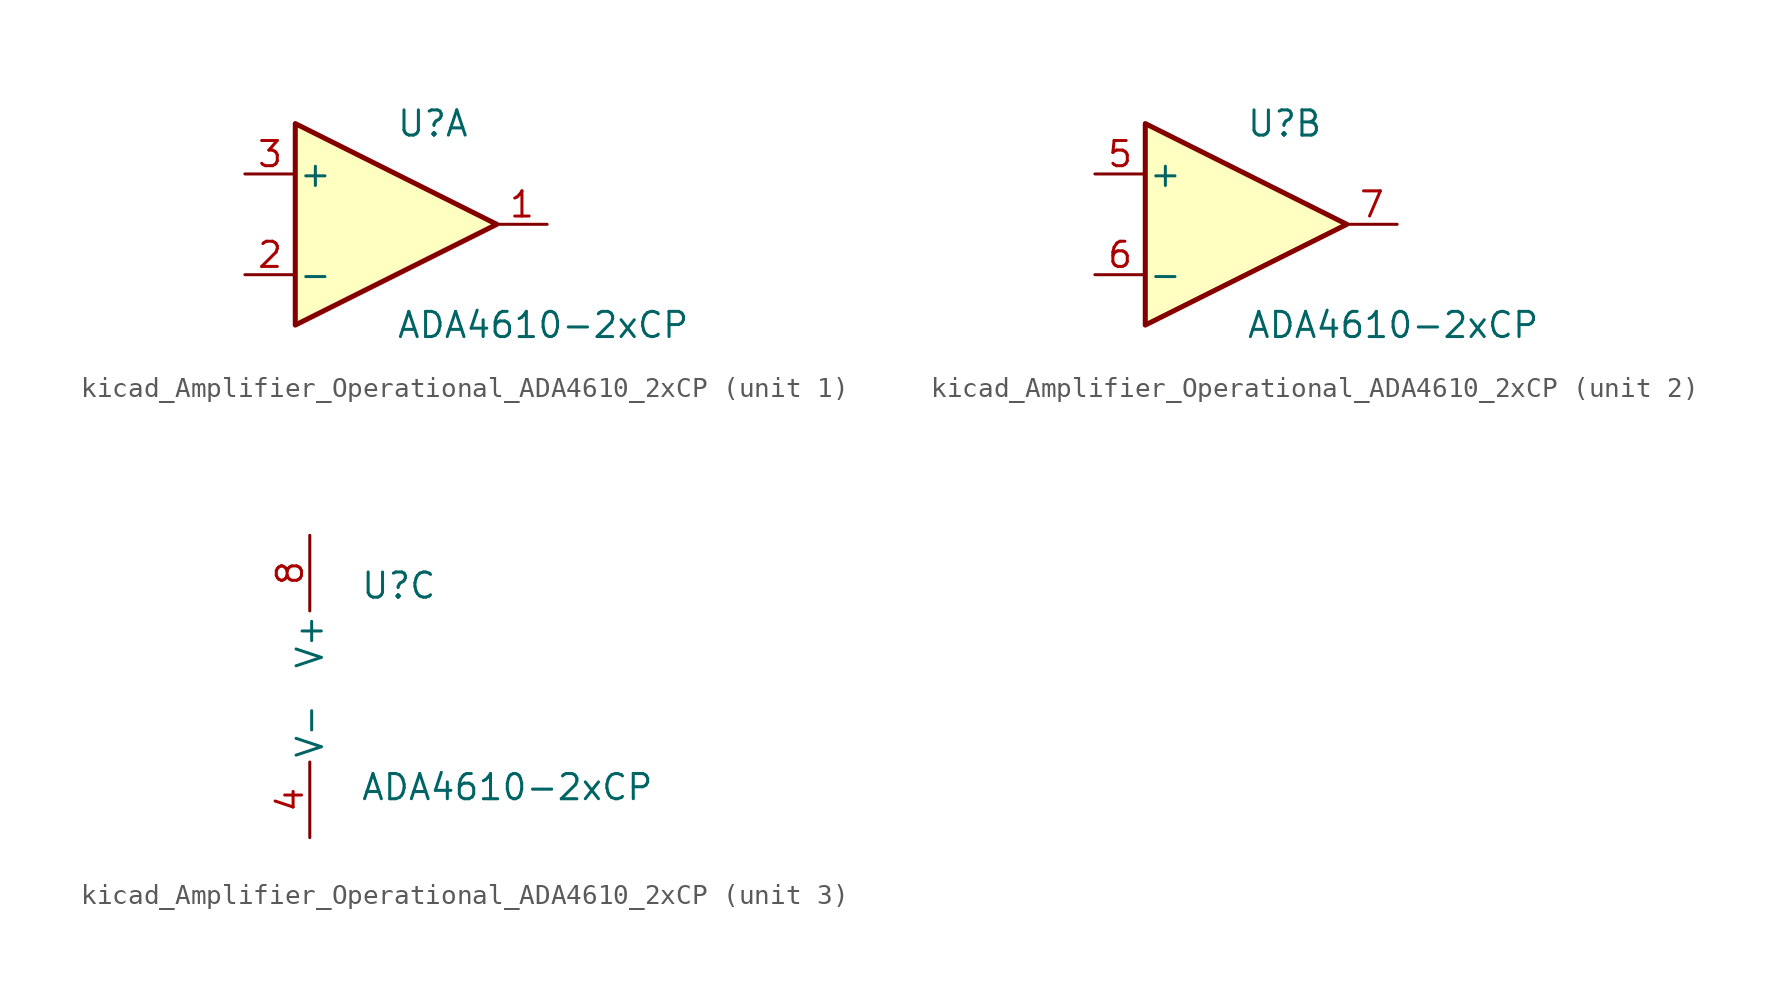
<source format=kicad_sym>
(kicad_symbol_lib
  (version 20220914)
  (generator kicad_symbol_editor)
  (symbol "kicad_Amplifier_Operational_ADA4610_2xCP"
    (pin_names
      (offset 0.127))
    (property "Reference" "U"
      (at 0 5.08 0)
      (effects (font (size 1.27 1.27)) (justify left)))
    (property "Value" "ADA4610-2xCP"
      (at 0 -5.08 0)
      (effects (font (size 1.27 1.27)) (justify left)))
    (property "ki_locked" ""
      (at 0 0 0)
      (effects (font (size 1.27 1.27))))
    (symbol "kicad_Amplifier_Operational_ADA4610_2xCP_1_1"
      (polyline (pts (xy -5.08 5.08) (xy 5.08 0) (xy -5.08 -5.08) (xy -5.08 5.08)) (stroke (width 0.254) (type default)) (fill (type background)))
      (pin output line (at 7.62 0 180) (length 2.54) (name "~" (effects (font (size 1.27 1.27)))) (number "1" (effects (font (size 1.27 1.27)))))
      (pin input line (at -7.62 -2.54 0) (length 2.54) (name "-" (effects (font (size 1.27 1.27)))) (number "2" (effects (font (size 1.27 1.27)))))
      (pin input line (at -7.62 2.54 0) (length 2.54) (name "+" (effects (font (size 1.27 1.27)))) (number "3" (effects (font (size 1.27 1.27))))))
    (symbol "kicad_Amplifier_Operational_ADA4610_2xCP_2_1"
      (polyline (pts (xy -5.08 5.08) (xy 5.08 0) (xy -5.08 -5.08) (xy -5.08 5.08)) (stroke (width 0.254) (type default)) (fill (type background)))
      (pin input line (at -7.62 2.54 0) (length 2.54) (name "+" (effects (font (size 1.27 1.27)))) (number "5" (effects (font (size 1.27 1.27)))))
      (pin input line (at -7.62 -2.54 0) (length 2.54) (name "-" (effects (font (size 1.27 1.27)))) (number "6" (effects (font (size 1.27 1.27)))))
      (pin output line (at 7.62 0 180) (length 2.54) (name "~" (effects (font (size 1.27 1.27)))) (number "7" (effects (font (size 1.27 1.27))))))
    (symbol "kicad_Amplifier_Operational_ADA4610_2xCP_3_1"
      (pin power_in line (at -2.54 -7.62 90) (length 3.81) (name "V-" (effects (font (size 1.27 1.27)))) (number "4" (effects (font (size 1.27 1.27)))))
      (pin power_in line (at -2.54 7.62 270) (length 3.81) (name "V+" (effects (font (size 1.27 1.27)))) (number "8" (effects (font (size 1.27 1.27)))))
      (pin passive line (at -2.54 -7.62 90) (length 3.81) hide (name "V-" (effects (font (size 1.27 1.27)))) (number "9" (effects (font (size 1.27 1.27))))))))
</source>
